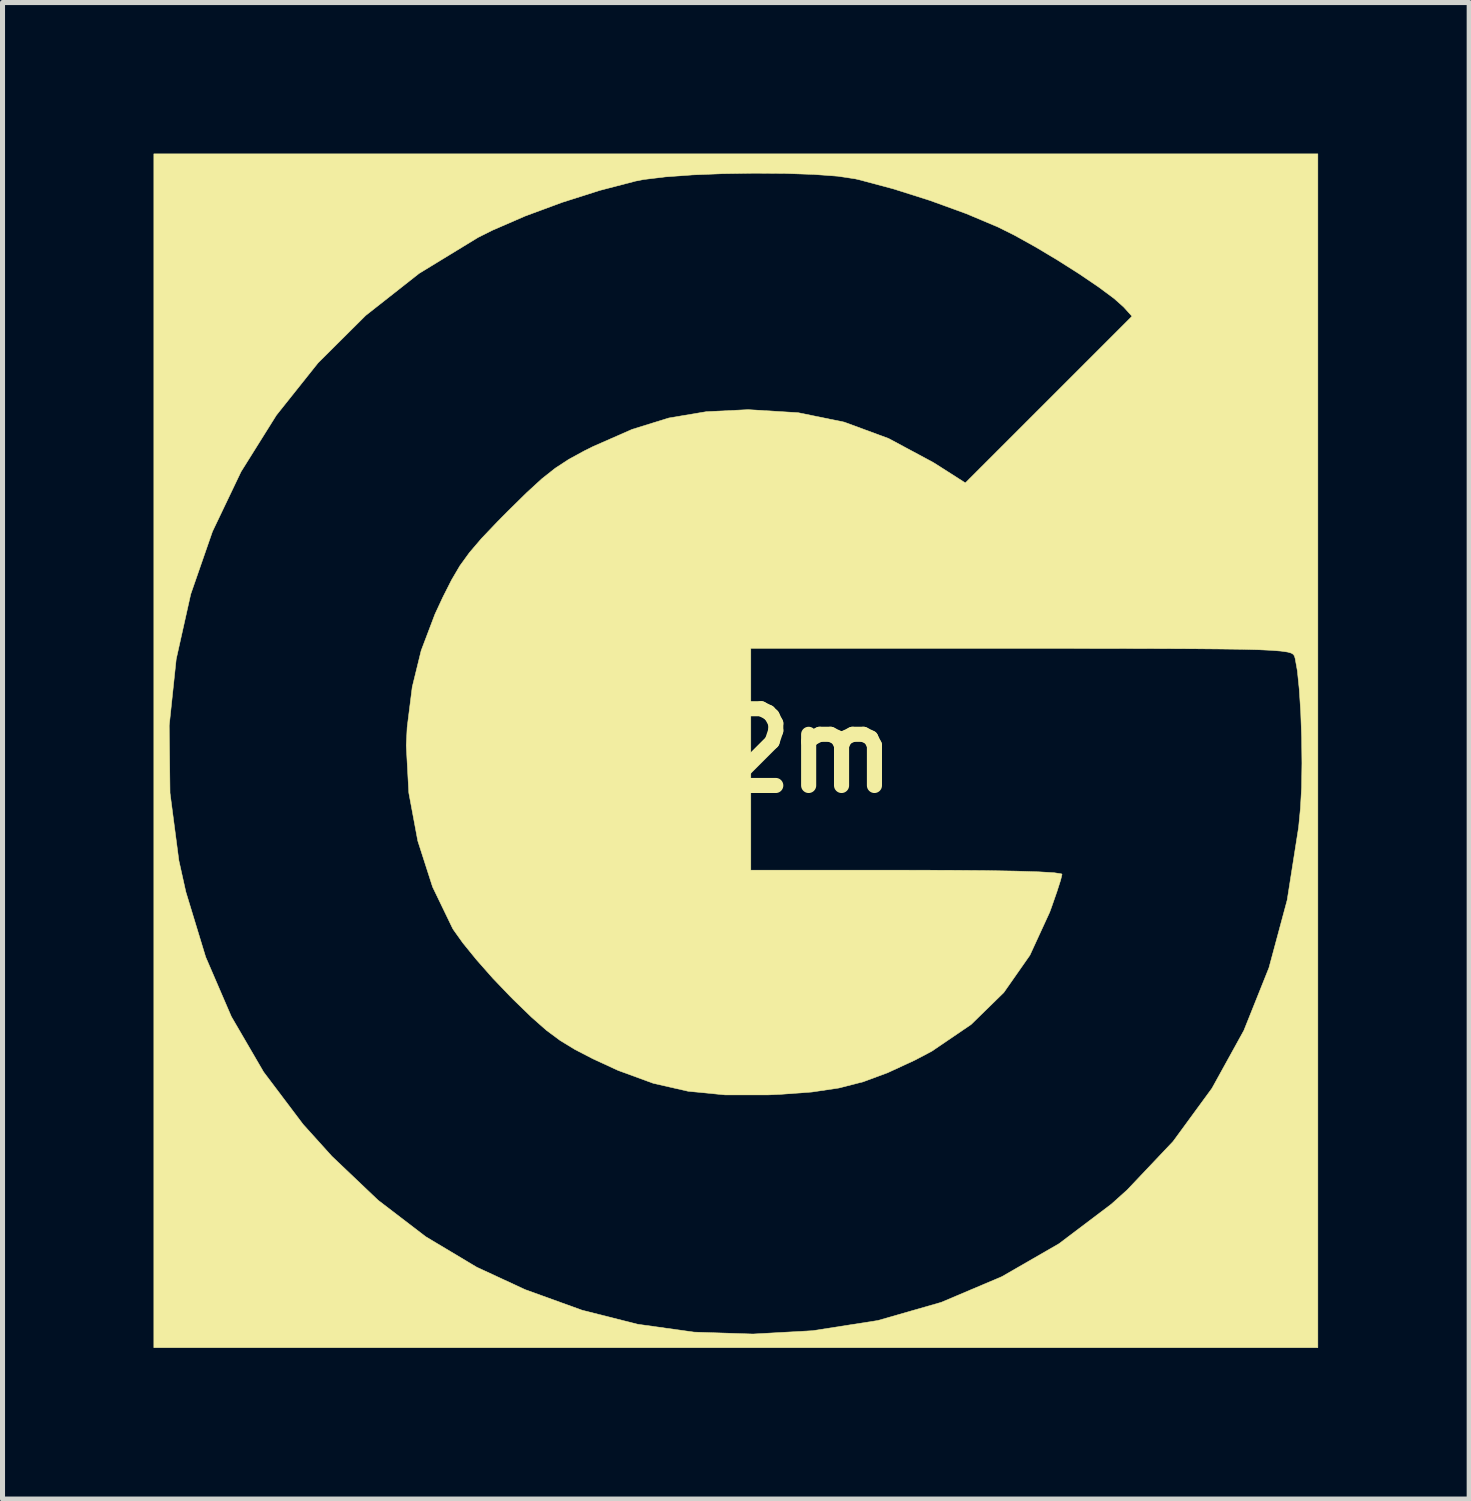
<source format=kicad_pcb>
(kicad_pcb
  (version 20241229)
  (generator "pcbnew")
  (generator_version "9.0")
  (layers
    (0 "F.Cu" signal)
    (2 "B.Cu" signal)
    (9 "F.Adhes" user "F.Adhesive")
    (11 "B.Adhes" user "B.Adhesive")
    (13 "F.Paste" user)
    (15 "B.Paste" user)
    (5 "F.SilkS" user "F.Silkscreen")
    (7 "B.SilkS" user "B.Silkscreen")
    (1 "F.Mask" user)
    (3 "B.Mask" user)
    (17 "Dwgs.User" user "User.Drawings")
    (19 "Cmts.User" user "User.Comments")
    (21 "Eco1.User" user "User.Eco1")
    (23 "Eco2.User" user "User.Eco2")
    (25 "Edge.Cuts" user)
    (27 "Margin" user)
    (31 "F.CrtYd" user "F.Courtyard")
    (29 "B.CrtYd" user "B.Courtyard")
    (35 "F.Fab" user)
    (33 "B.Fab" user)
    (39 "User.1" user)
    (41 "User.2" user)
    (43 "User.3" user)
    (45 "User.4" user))
  (footprint "g22m"
    (layer "F.Cu")
    (at 11.52 11.858)
    (property "Reference" "g22m" (at 0 0 0) (layer "F.SilkS") (effects (font (size 1.524 1.524) (thickness 0.3))))
    (attr through_hole)
    (fp_poly (pts (xy 11.599 11.853) (xy -11.515 11.853) (xy -11.515 -0.5) (xy -11.21 -0.5) (xy -11.194 0.838) (xy -11.018 2.181) (xy -10.88 2.802) (xy -10.486 4.096) (xy -9.976 5.279) (xy -9.336 6.378) (xy -8.551 7.419) (xy -7.979 8.053) (xy -7.062 8.925) (xy -6.115 9.65) (xy -5.105 10.254) (xy -4.14 10.701) (xy -3.011 11.109) (xy -1.907 11.388) (xy -0.789 11.544) (xy 0.384 11.582) (xy 1.566 11.516) (xy 2.86 11.314) (xy 4.119 10.953) (xy 5.325 10.442) (xy 6.458 9.789) (xy 7.499 9.002) (xy 7.812 8.721) (xy 8.724 7.758) (xy 9.496 6.703) (xy 10.13 5.554) (xy 10.628 4.309) (xy 10.99 2.964) (xy 11.217 1.518) (xy 11.253 1.143) (xy 11.276 0.728) (xy 11.283 0.247) (xy 11.277 -0.262) (xy 11.259 -0.763) (xy 11.23 -1.217) (xy 11.192 -1.588) (xy 11.147 -1.838) (xy 11.132 -1.884) (xy 11.112 -1.914) (xy 11.069 -1.94) (xy 10.992 -1.961) (xy 10.867 -1.979) (xy 10.683 -1.994) (xy 10.427 -2.006) (xy 10.087 -2.015) (xy 9.65 -2.021) (xy 9.104 -2.026) (xy 8.437 -2.029) (xy 7.637 -2.031) (xy 6.69 -2.032) (xy 5.706 -2.032) (xy 0.339 -2.032) (xy 0.339 2.371) (xy 3.429 2.371) (xy 4.283 2.373) (xy 5.011 2.379) (xy 5.606 2.39) (xy 6.059 2.404) (xy 6.362 2.422) (xy 6.507 2.444) (xy 6.519 2.453) (xy 6.492 2.566) (xy 6.419 2.794) (xy 6.314 3.096) (xy 6.274 3.206) (xy 5.881 4.06) (xy 5.362 4.802) (xy 4.713 5.436) (xy 3.932 5.967) (xy 3.598 6.143) (xy 3.057 6.393) (xy 2.571 6.573) (xy 2.087 6.697) (xy 1.555 6.776) (xy 0.923 6.823) (xy 0.677 6.834) (xy -0.166 6.834) (xy -0.907 6.761) (xy -1.599 6.603) (xy -2.298 6.347) (xy -2.794 6.118) (xy -3.152 5.933) (xy -3.446 5.754) (xy -3.721 5.55) (xy -4.017 5.289) (xy -4.378 4.939) (xy -4.445 4.871) (xy -4.785 4.516) (xy -5.107 4.151) (xy -5.377 3.819) (xy -5.564 3.557) (xy -5.582 3.528) (xy -5.98 2.704) (xy -6.274 1.79) (xy -6.452 0.836) (xy -6.503 -0.107) (xy -6.485 -0.464) (xy -6.384 -1.266) (xy -6.207 -1.989) (xy -5.933 -2.712) (xy -5.777 -3.048) (xy -5.604 -3.39) (xy -5.438 -3.673) (xy -5.249 -3.934) (xy -5.01 -4.214) (xy -4.69 -4.55) (xy -4.493 -4.749) (xy -4.114 -5.122) (xy -3.811 -5.4) (xy -3.544 -5.611) (xy -3.275 -5.787) (xy -2.965 -5.956) (xy -2.794 -6.041) (xy -2.018 -6.382) (xy -1.289 -6.608) (xy -0.545 -6.733) (xy 0.274 -6.773) (xy 0.296 -6.773) (xy 1.28 -6.713) (xy 2.194 -6.526) (xy 3.075 -6.201) (xy 3.96 -5.726) (xy 4.109 -5.632) (xy 4.599 -5.319) (xy 6.253 -6.973) (xy 7.908 -8.628) (xy 7.743 -8.811) (xy 7.552 -8.981) (xy 7.246 -9.208) (xy 6.86 -9.47) (xy 6.428 -9.744) (xy 5.986 -10.008) (xy 5.568 -10.24) (xy 5.244 -10.401) (xy 4.618 -10.665) (xy 3.9 -10.926) (xy 3.165 -11.159) (xy 2.487 -11.34) (xy 2.413 -11.357) (xy 2.068 -11.409) (xy 1.593 -11.444) (xy 1.027 -11.464) (xy 0.411 -11.469) (xy -0.218 -11.459) (xy -0.819 -11.435) (xy -1.355 -11.396) (xy -1.785 -11.344) (xy -1.945 -11.313) (xy -2.66 -11.127) (xy -3.411 -10.888) (xy -4.141 -10.618) (xy -4.791 -10.336) (xy -5.077 -10.193) (xy -6.247 -9.479) (xy -7.308 -8.644) (xy -8.255 -7.701) (xy -9.082 -6.663) (xy -9.783 -5.543) (xy -10.351 -4.354) (xy -10.783 -3.109) (xy -11.071 -1.82) (xy -11.21 -0.5) (xy -11.515 -0.5) (xy -11.515 -11.853) (xy 11.599 -11.853) (xy 11.599 11.853)) (stroke (width 0.01) (type solid)) (fill yes) (layer "F.SilkS")))
  (gr_rect
    (start -3 -3)
    (end 26.124 26.717)
    (stroke (width 0.1) (type default))
    (fill no)
    (layer "Edge.Cuts")))
</source>
